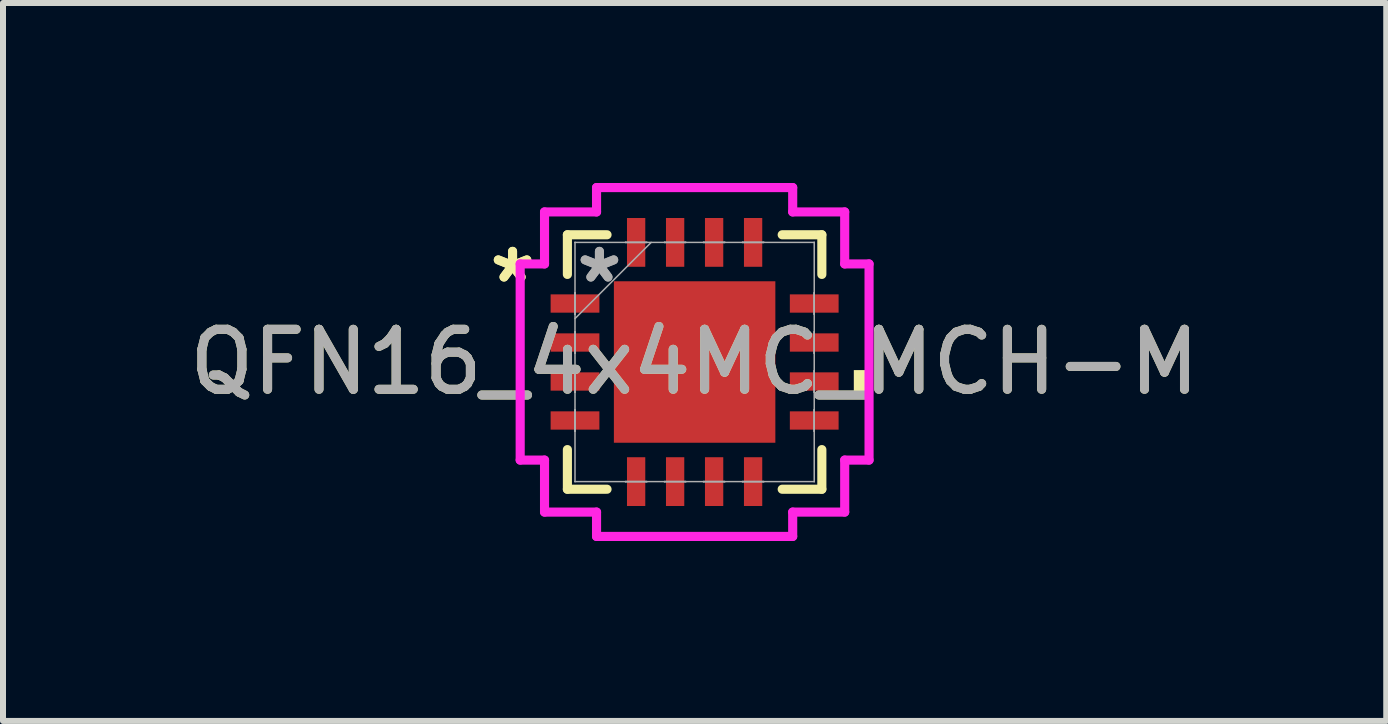
<source format=kicad_pcb>
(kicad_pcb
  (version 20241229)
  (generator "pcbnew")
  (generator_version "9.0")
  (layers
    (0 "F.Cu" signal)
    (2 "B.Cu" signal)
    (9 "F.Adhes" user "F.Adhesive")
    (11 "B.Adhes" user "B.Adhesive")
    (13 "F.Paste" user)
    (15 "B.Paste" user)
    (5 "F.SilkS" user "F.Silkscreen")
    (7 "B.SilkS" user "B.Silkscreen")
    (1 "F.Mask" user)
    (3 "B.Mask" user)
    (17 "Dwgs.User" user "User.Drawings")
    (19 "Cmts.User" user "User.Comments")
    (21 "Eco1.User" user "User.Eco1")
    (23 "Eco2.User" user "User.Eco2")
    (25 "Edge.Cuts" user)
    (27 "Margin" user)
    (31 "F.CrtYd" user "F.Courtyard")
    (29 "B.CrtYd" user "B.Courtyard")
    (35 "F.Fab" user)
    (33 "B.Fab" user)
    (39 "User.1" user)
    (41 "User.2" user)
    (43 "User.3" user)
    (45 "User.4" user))
  (footprint "QFN16_4x4MC_MCH-M"
    (layer "F.Cu")
    (at 8.53 2.985)
    (property "Reference" "QFN16_4x4MC_MCH-M" (at 0 0 0) (unlocked yes) (layer "F.SilkS") (effects (font (size 1 1) (thickness 0.15))))
    (attr smd)
    (fp_line (start -2.121 -2.121) (end -2.121 -1.46) (stroke (width 0.152) (type solid)) (layer "F.SilkS"))
    (fp_line (start -2.121 1.46) (end -2.121 2.121) (stroke (width 0.152) (type solid)) (layer "F.SilkS"))
    (fp_line (start -2.121 2.121) (end -1.46 2.121) (stroke (width 0.152) (type solid)) (layer "F.SilkS"))
    (fp_line (start -1.46 -2.121) (end -2.121 -2.121) (stroke (width 0.152) (type solid)) (layer "F.SilkS"))
    (fp_line (start 1.46 2.121) (end 2.121 2.121) (stroke (width 0.152) (type solid)) (layer "F.SilkS"))
    (fp_line (start 2.121 -2.121) (end 1.46 -2.121) (stroke (width 0.152) (type solid)) (layer "F.SilkS"))
    (fp_line (start 2.121 -1.46) (end 2.121 -2.121) (stroke (width 0.152) (type solid)) (layer "F.SilkS"))
    (fp_line (start 2.121 2.121) (end 2.121 1.46) (stroke (width 0.152) (type solid)) (layer "F.SilkS"))
    (fp_poly (pts (xy 2.908 0.135) (xy 2.908 0.516) (xy 2.654 0.516) (xy 2.654 0.135)) (stroke (width 0) (type solid)) (fill yes) (layer "F.SilkS"))
    (fp_poly (pts (xy -1.246 -1.246) (xy -1.246 -0.1) (xy -0.1 -0.1) (xy -0.1 -1.246)) (stroke (width 0) (type solid)) (fill yes) (layer "F.Paste"))
    (fp_poly (pts (xy -1.246 0.1) (xy -1.246 1.246) (xy -0.1 1.246) (xy -0.1 0.1)) (stroke (width 0) (type solid)) (fill yes) (layer "F.Paste"))
    (fp_poly (pts (xy 0.1 -1.246) (xy 0.1 -0.1) (xy 1.246 -0.1) (xy 1.246 -1.246)) (stroke (width 0) (type solid)) (fill yes) (layer "F.Paste"))
    (fp_poly (pts (xy 0.1 0.1) (xy 0.1 1.246) (xy 1.246 1.246) (xy 1.246 0.1)) (stroke (width 0) (type solid)) (fill yes) (layer "F.Paste"))
    (fp_line (start -2.908 -1.635) (end -2.502 -1.635) (stroke (width 0.152) (type solid)) (layer "F.CrtYd"))
    (fp_line (start -2.908 1.635) (end -2.908 -1.635) (stroke (width 0.152) (type solid)) (layer "F.CrtYd"))
    (fp_line (start -2.502 -2.502) (end -1.635 -2.502) (stroke (width 0.152) (type solid)) (layer "F.CrtYd"))
    (fp_line (start -2.502 -1.635) (end -2.502 -2.502) (stroke (width 0.152) (type solid)) (layer "F.CrtYd"))
    (fp_line (start -2.502 1.635) (end -2.908 1.635) (stroke (width 0.152) (type solid)) (layer "F.CrtYd"))
    (fp_line (start -2.502 2.502) (end -2.502 1.635) (stroke (width 0.152) (type solid)) (layer "F.CrtYd"))
    (fp_line (start -1.635 -2.908) (end 1.635 -2.908) (stroke (width 0.152) (type solid)) (layer "F.CrtYd"))
    (fp_line (start -1.635 -2.502) (end -1.635 -2.908) (stroke (width 0.152) (type solid)) (layer "F.CrtYd"))
    (fp_line (start -1.635 2.502) (end -2.502 2.502) (stroke (width 0.152) (type solid)) (layer "F.CrtYd"))
    (fp_line (start -1.635 2.908) (end -1.635 2.502) (stroke (width 0.152) (type solid)) (layer "F.CrtYd"))
    (fp_line (start 1.635 -2.908) (end 1.635 -2.502) (stroke (width 0.152) (type solid)) (layer "F.CrtYd"))
    (fp_line (start 1.635 -2.502) (end 2.502 -2.502) (stroke (width 0.152) (type solid)) (layer "F.CrtYd"))
    (fp_line (start 1.635 2.502) (end 1.635 2.908) (stroke (width 0.152) (type solid)) (layer "F.CrtYd"))
    (fp_line (start 1.635 2.908) (end -1.635 2.908) (stroke (width 0.152) (type solid)) (layer "F.CrtYd"))
    (fp_line (start 2.502 -2.502) (end 2.502 -1.635) (stroke (width 0.152) (type solid)) (layer "F.CrtYd"))
    (fp_line (start 2.502 -1.635) (end 2.908 -1.635) (stroke (width 0.152) (type solid)) (layer "F.CrtYd"))
    (fp_line (start 2.502 1.635) (end 2.502 2.502) (stroke (width 0.152) (type solid)) (layer "F.CrtYd"))
    (fp_line (start 2.502 2.502) (end 1.635 2.502) (stroke (width 0.152) (type solid)) (layer "F.CrtYd"))
    (fp_line (start 2.908 -1.635) (end 2.908 1.635) (stroke (width 0.152) (type solid)) (layer "F.CrtYd"))
    (fp_line (start 2.908 1.635) (end 2.502 1.635) (stroke (width 0.152) (type solid)) (layer "F.CrtYd"))
    (fp_line (start -1.994 -1.994) (end -1.994 -1.994) (stroke (width 0.025) (type solid)) (layer "F.Fab"))
    (fp_line (start -1.994 -1.994) (end -1.994 1.994) (stroke (width 0.025) (type solid)) (layer "F.Fab"))
    (fp_line (start -1.994 -1.153) (end -1.994 -1.153) (stroke (width 0.025) (type solid)) (layer "F.Fab"))
    (fp_line (start -1.994 -1.153) (end -1.994 -0.797) (stroke (width 0.025) (type solid)) (layer "F.Fab"))
    (fp_line (start -1.994 -0.797) (end -1.994 -1.153) (stroke (width 0.025) (type solid)) (layer "F.Fab"))
    (fp_line (start -1.994 -0.797) (end -1.994 -0.797) (stroke (width 0.025) (type solid)) (layer "F.Fab"))
    (fp_line (start -1.994 -0.724) (end -0.724 -1.994) (stroke (width 0.025) (type solid)) (layer "F.Fab"))
    (fp_line (start -1.994 -0.503) (end -1.994 -0.503) (stroke (width 0.025) (type solid)) (layer "F.Fab"))
    (fp_line (start -1.994 -0.503) (end -1.994 -0.147) (stroke (width 0.025) (type solid)) (layer "F.Fab"))
    (fp_line (start -1.994 -0.147) (end -1.994 -0.503) (stroke (width 0.025) (type solid)) (layer "F.Fab"))
    (fp_line (start -1.994 -0.147) (end -1.994 -0.147) (stroke (width 0.025) (type solid)) (layer "F.Fab"))
    (fp_line (start -1.994 0.147) (end -1.994 0.147) (stroke (width 0.025) (type solid)) (layer "F.Fab"))
    (fp_line (start -1.994 0.147) (end -1.994 0.503) (stroke (width 0.025) (type solid)) (layer "F.Fab"))
    (fp_line (start -1.994 0.503) (end -1.994 0.147) (stroke (width 0.025) (type solid)) (layer "F.Fab"))
    (fp_line (start -1.994 0.503) (end -1.994 0.503) (stroke (width 0.025) (type solid)) (layer "F.Fab"))
    (fp_line (start -1.994 0.797) (end -1.994 0.797) (stroke (width 0.025) (type solid)) (layer "F.Fab"))
    (fp_line (start -1.994 0.797) (end -1.994 1.153) (stroke (width 0.025) (type solid)) (layer "F.Fab"))
    (fp_line (start -1.994 1.153) (end -1.994 0.797) (stroke (width 0.025) (type solid)) (layer "F.Fab"))
    (fp_line (start -1.994 1.153) (end -1.994 1.153) (stroke (width 0.025) (type solid)) (layer "F.Fab"))
    (fp_line (start -1.994 1.994) (end -1.994 1.994) (stroke (width 0.025) (type solid)) (layer "F.Fab"))
    (fp_line (start -1.994 1.994) (end 1.994 1.994) (stroke (width 0.025) (type solid)) (layer "F.Fab"))
    (fp_line (start -1.153 -1.994) (end -1.153 -1.994) (stroke (width 0.025) (type solid)) (layer "F.Fab"))
    (fp_line (start -1.153 -1.994) (end -0.797 -1.994) (stroke (width 0.025) (type solid)) (layer "F.Fab"))
    (fp_line (start -1.153 1.994) (end -1.153 1.994) (stroke (width 0.025) (type solid)) (layer "F.Fab"))
    (fp_line (start -1.153 1.994) (end -0.797 1.994) (stroke (width 0.025) (type solid)) (layer "F.Fab"))
    (fp_line (start -0.797 -1.994) (end -1.153 -1.994) (stroke (width 0.025) (type solid)) (layer "F.Fab"))
    (fp_line (start -0.797 -1.994) (end -0.797 -1.994) (stroke (width 0.025) (type solid)) (layer "F.Fab"))
    (fp_line (start -0.797 1.994) (end -1.153 1.994) (stroke (width 0.025) (type solid)) (layer "F.Fab"))
    (fp_line (start -0.797 1.994) (end -0.797 1.994) (stroke (width 0.025) (type solid)) (layer "F.Fab"))
    (fp_line (start -0.503 -1.994) (end -0.503 -1.994) (stroke (width 0.025) (type solid)) (layer "F.Fab"))
    (fp_line (start -0.503 -1.994) (end -0.147 -1.994) (stroke (width 0.025) (type solid)) (layer "F.Fab"))
    (fp_line (start -0.503 1.994) (end -0.503 1.994) (stroke (width 0.025) (type solid)) (layer "F.Fab"))
    (fp_line (start -0.503 1.994) (end -0.147 1.994) (stroke (width 0.025) (type solid)) (layer "F.Fab"))
    (fp_line (start -0.147 -1.994) (end -0.503 -1.994) (stroke (width 0.025) (type solid)) (layer "F.Fab"))
    (fp_line (start -0.147 -1.994) (end -0.147 -1.994) (stroke (width 0.025) (type solid)) (layer "F.Fab"))
    (fp_line (start -0.147 1.994) (end -0.503 1.994) (stroke (width 0.025) (type solid)) (layer "F.Fab"))
    (fp_line (start -0.147 1.994) (end -0.147 1.994) (stroke (width 0.025) (type solid)) (layer "F.Fab"))
    (fp_line (start 0.147 -1.994) (end 0.147 -1.994) (stroke (width 0.025) (type solid)) (layer "F.Fab"))
    (fp_line (start 0.147 -1.994) (end 0.503 -1.994) (stroke (width 0.025) (type solid)) (layer "F.Fab"))
    (fp_line (start 0.147 1.994) (end 0.147 1.994) (stroke (width 0.025) (type solid)) (layer "F.Fab"))
    (fp_line (start 0.147 1.994) (end 0.503 1.994) (stroke (width 0.025) (type solid)) (layer "F.Fab"))
    (fp_line (start 0.503 -1.994) (end 0.147 -1.994) (stroke (width 0.025) (type solid)) (layer "F.Fab"))
    (fp_line (start 0.503 -1.994) (end 0.503 -1.994) (stroke (width 0.025) (type solid)) (layer "F.Fab"))
    (fp_line (start 0.503 1.994) (end 0.147 1.994) (stroke (width 0.025) (type solid)) (layer "F.Fab"))
    (fp_line (start 0.503 1.994) (end 0.503 1.994) (stroke (width 0.025) (type solid)) (layer "F.Fab"))
    (fp_line (start 0.797 -1.994) (end 0.797 -1.994) (stroke (width 0.025) (type solid)) (layer "F.Fab"))
    (fp_line (start 0.797 -1.994) (end 1.153 -1.994) (stroke (width 0.025) (type solid)) (layer "F.Fab"))
    (fp_line (start 0.797 1.994) (end 0.797 1.994) (stroke (width 0.025) (type solid)) (layer "F.Fab"))
    (fp_line (start 0.797 1.994) (end 1.153 1.994) (stroke (width 0.025) (type solid)) (layer "F.Fab"))
    (fp_line (start 1.153 -1.994) (end 0.797 -1.994) (stroke (width 0.025) (type solid)) (layer "F.Fab"))
    (fp_line (start 1.153 -1.994) (end 1.153 -1.994) (stroke (width 0.025) (type solid)) (layer "F.Fab"))
    (fp_line (start 1.153 1.994) (end 0.797 1.994) (stroke (width 0.025) (type solid)) (layer "F.Fab"))
    (fp_line (start 1.153 1.994) (end 1.153 1.994) (stroke (width 0.025) (type solid)) (layer "F.Fab"))
    (fp_line (start 1.994 -1.994) (end -1.994 -1.994) (stroke (width 0.025) (type solid)) (layer "F.Fab"))
    (fp_line (start 1.994 -1.994) (end 1.994 -1.994) (stroke (width 0.025) (type solid)) (layer "F.Fab"))
    (fp_line (start 1.994 -1.153) (end 1.994 -1.153) (stroke (width 0.025) (type solid)) (layer "F.Fab"))
    (fp_line (start 1.994 -1.153) (end 1.994 -0.797) (stroke (width 0.025) (type solid)) (layer "F.Fab"))
    (fp_line (start 1.994 -0.797) (end 1.994 -1.153) (stroke (width 0.025) (type solid)) (layer "F.Fab"))
    (fp_line (start 1.994 -0.797) (end 1.994 -0.797) (stroke (width 0.025) (type solid)) (layer "F.Fab"))
    (fp_line (start 1.994 -0.503) (end 1.994 -0.503) (stroke (width 0.025) (type solid)) (layer "F.Fab"))
    (fp_line (start 1.994 -0.503) (end 1.994 -0.147) (stroke (width 0.025) (type solid)) (layer "F.Fab"))
    (fp_line (start 1.994 -0.147) (end 1.994 -0.503) (stroke (width 0.025) (type solid)) (layer "F.Fab"))
    (fp_line (start 1.994 -0.147) (end 1.994 -0.147) (stroke (width 0.025) (type solid)) (layer "F.Fab"))
    (fp_line (start 1.994 0.147) (end 1.994 0.147) (stroke (width 0.025) (type solid)) (layer "F.Fab"))
    (fp_line (start 1.994 0.147) (end 1.994 0.503) (stroke (width 0.025) (type solid)) (layer "F.Fab"))
    (fp_line (start 1.994 0.503) (end 1.994 0.147) (stroke (width 0.025) (type solid)) (layer "F.Fab"))
    (fp_line (start 1.994 0.503) (end 1.994 0.503) (stroke (width 0.025) (type solid)) (layer "F.Fab"))
    (fp_line (start 1.994 0.797) (end 1.994 0.797) (stroke (width 0.025) (type solid)) (layer "F.Fab"))
    (fp_line (start 1.994 0.797) (end 1.994 1.153) (stroke (width 0.025) (type solid)) (layer "F.Fab"))
    (fp_line (start 1.994 1.153) (end 1.994 0.797) (stroke (width 0.025) (type solid)) (layer "F.Fab"))
    (fp_line (start 1.994 1.153) (end 1.994 1.153) (stroke (width 0.025) (type solid)) (layer "F.Fab"))
    (fp_line (start 1.994 1.994) (end 1.994 -1.994) (stroke (width 0.025) (type solid)) (layer "F.Fab"))
    (fp_line (start 1.994 1.994) (end 1.994 1.994) (stroke (width 0.025) (type solid)) (layer "F.Fab"))
    (fp_text user "*" (at -3.035 -1.3 0) (unlocked yes) (layer "F.SilkS") (effects (font (size 1 1) (thickness 0.15))))
    (fp_text user "*" (at -3.035 -1.3 0) (layer "F.SilkS") (effects (font (size 1 1) (thickness 0.15))))
    (fp_text user "*" (at -1.587 -1.3 0) (layer "F.Fab") (effects (font (size 1 1) (thickness 0.15))))
    (fp_text user "*" (at -1.587 -1.3 0) (unlocked yes) (layer "F.Fab") (effects (font (size 1 1) (thickness 0.15))))
    (fp_text user "${REFERENCE}" (at 0 0 0) (unlocked yes) (layer "F.Fab") (effects (font (size 1 1) (thickness 0.15))))
    (pad "1" smd rect (at -1.994 -0.975 90) (size 0.305 0.813) (layers "F.Cu" "F.Mask" "F.Paste"))
    (pad "2" smd rect (at -1.994 -0.325 90) (size 0.305 0.813) (layers "F.Cu" "F.Mask" "F.Paste"))
    (pad "3" smd rect (at -1.994 0.325 90) (size 0.305 0.813) (layers "F.Cu" "F.Mask" "F.Paste"))
    (pad "4" smd rect (at -1.994 0.975 90) (size 0.305 0.813) (layers "F.Cu" "F.Mask" "F.Paste"))
    (pad "5" smd rect (at -0.975 1.994) (size 0.305 0.813) (layers "F.Cu" "F.Mask" "F.Paste"))
    (pad "6" smd rect (at -0.325 1.994) (size 0.305 0.813) (layers "F.Cu" "F.Mask" "F.Paste"))
    (pad "7" smd rect (at 0.325 1.994) (size 0.305 0.813) (layers "F.Cu" "F.Mask" "F.Paste"))
    (pad "8" smd rect (at 0.975 1.994) (size 0.305 0.813) (layers "F.Cu" "F.Mask" "F.Paste"))
    (pad "9" smd rect (at 1.994 0.975 90) (size 0.305 0.813) (layers "F.Cu" "F.Mask" "F.Paste"))
    (pad "10" smd rect (at 1.994 0.325 90) (size 0.305 0.813) (layers "F.Cu" "F.Mask" "F.Paste"))
    (pad "11" smd rect (at 1.994 -0.325 90) (size 0.305 0.813) (layers "F.Cu" "F.Mask" "F.Paste"))
    (pad "12" smd rect (at 1.994 -0.975 90) (size 0.305 0.813) (layers "F.Cu" "F.Mask" "F.Paste"))
    (pad "13" smd rect (at 0.975 -1.994) (size 0.305 0.813) (layers "F.Cu" "F.Mask" "F.Paste"))
    (pad "14" smd rect (at 0.325 -1.994) (size 0.305 0.813) (layers "F.Cu" "F.Mask" "F.Paste"))
    (pad "15" smd rect (at -0.325 -1.994) (size 0.305 0.813) (layers "F.Cu" "F.Mask" "F.Paste"))
    (pad "16" smd rect (at -0.975 -1.994) (size 0.305 0.813) (layers "F.Cu" "F.Mask" "F.Paste"))
    (pad "17" smd rect (at 0 0) (size 2.692 2.692) (layers "F.Cu" "F.Mask" "F.Paste")))
  (gr_rect
    (start -3 -3)
    (end 20.06 8.969)
    (stroke (width 0.1) (type default))
    (fill no)
    (layer "Edge.Cuts")))
</source>
